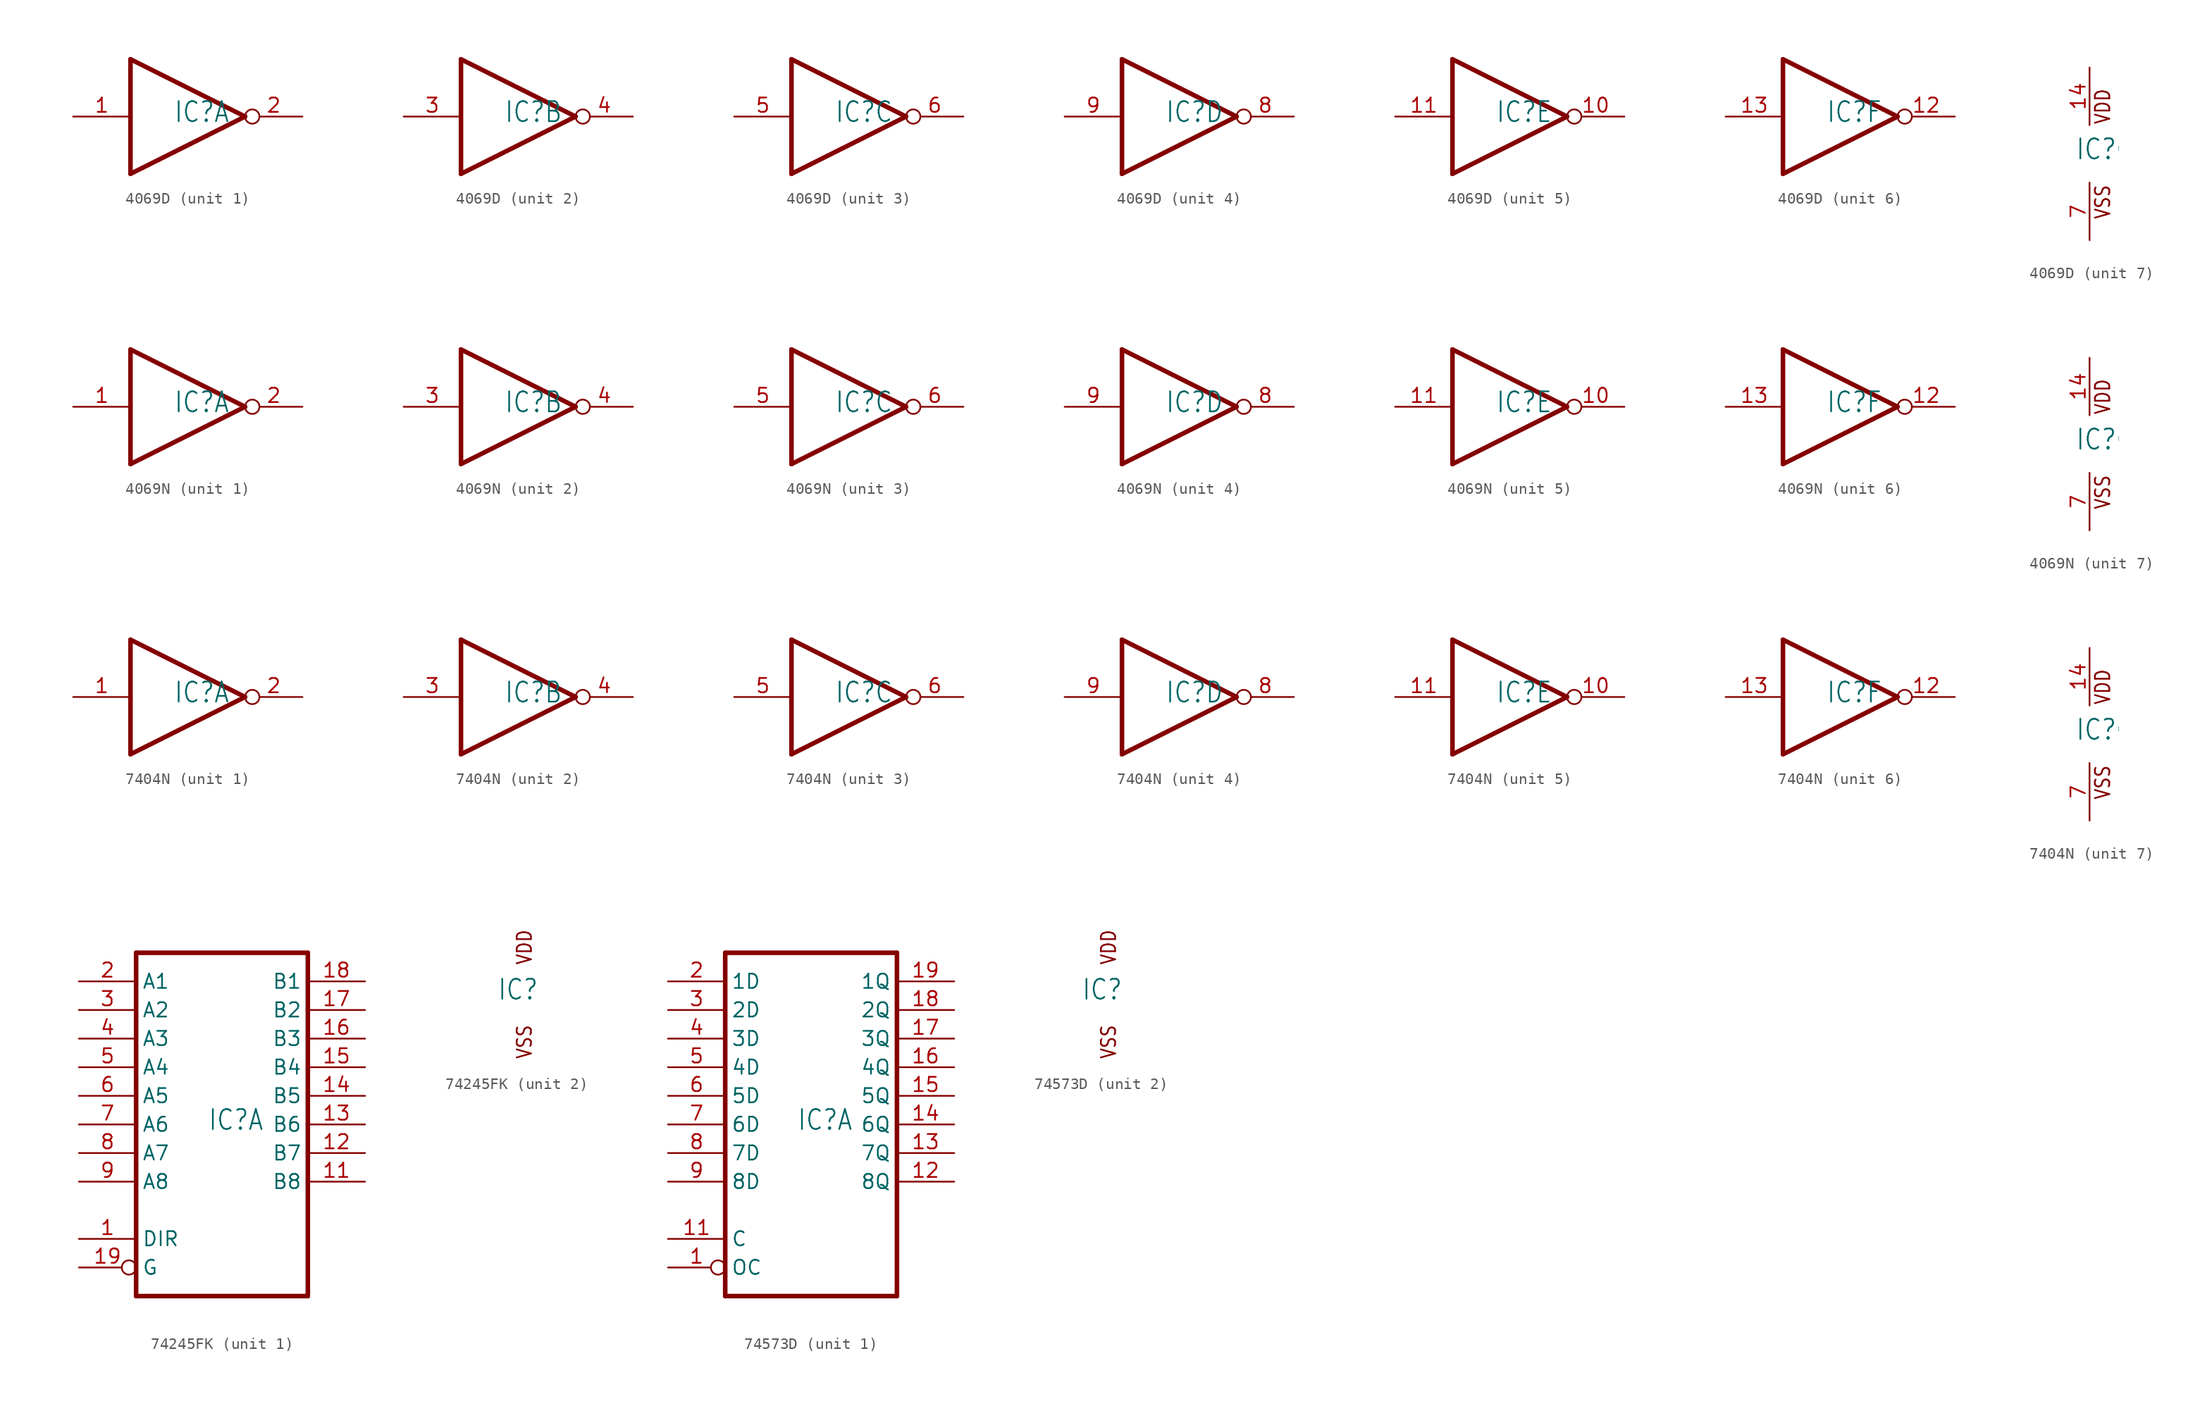
<source format=kicad_sym>
(kicad_symbol_lib
  (version 20220914)
  (generator kicad_symbol_editor)
  (symbol "4069D"
    (property "Reference" "IC"
      (at -1.27 -0.635 0)
      (effects (font (size 1.778 1.511)) (justify left bottom)))
    (property "ki_locked" ""
      (at 0 0 0)
      (effects (font (size 1.27 1.27))))
    (symbol "4069D_1_0"
      (polyline (pts (xy -5.08 -5.08) (xy 5.08 0)) (stroke (width 0.406) (type solid)) (fill (type none)))
      (polyline (pts (xy -5.08 5.08) (xy -5.08 -5.08)) (stroke (width 0.406) (type solid)) (fill (type none)))
      (polyline (pts (xy 5.08 0) (xy -5.08 5.08)) (stroke (width 0.406) (type solid)) (fill (type none)))
      (pin input line (at -10.16 0 0) (length 5.08) (name "I" (effects (font (size 0 0)))) (number "1" (effects (font (size 1.27 1.27)))))
      (pin output inverted (at 10.16 0 180) (length 5.08) (name "O" (effects (font (size 0 0)))) (number "2" (effects (font (size 1.27 1.27))))))
    (symbol "4069D_2_0"
      (polyline (pts (xy -5.08 -5.08) (xy 5.08 0)) (stroke (width 0.406) (type solid)) (fill (type none)))
      (polyline (pts (xy -5.08 5.08) (xy -5.08 -5.08)) (stroke (width 0.406) (type solid)) (fill (type none)))
      (polyline (pts (xy 5.08 0) (xy -5.08 5.08)) (stroke (width 0.406) (type solid)) (fill (type none)))
      (pin input line (at -10.16 0 0) (length 5.08) (name "I" (effects (font (size 0 0)))) (number "3" (effects (font (size 1.27 1.27)))))
      (pin output inverted (at 10.16 0 180) (length 5.08) (name "O" (effects (font (size 0 0)))) (number "4" (effects (font (size 1.27 1.27))))))
    (symbol "4069D_3_0"
      (polyline (pts (xy -5.08 -5.08) (xy 5.08 0)) (stroke (width 0.406) (type solid)) (fill (type none)))
      (polyline (pts (xy -5.08 5.08) (xy -5.08 -5.08)) (stroke (width 0.406) (type solid)) (fill (type none)))
      (polyline (pts (xy 5.08 0) (xy -5.08 5.08)) (stroke (width 0.406) (type solid)) (fill (type none)))
      (pin input line (at -10.16 0 0) (length 5.08) (name "I" (effects (font (size 0 0)))) (number "5" (effects (font (size 1.27 1.27)))))
      (pin output inverted (at 10.16 0 180) (length 5.08) (name "O" (effects (font (size 0 0)))) (number "6" (effects (font (size 1.27 1.27))))))
    (symbol "4069D_4_0"
      (polyline (pts (xy -5.08 -5.08) (xy 5.08 0)) (stroke (width 0.406) (type solid)) (fill (type none)))
      (polyline (pts (xy -5.08 5.08) (xy -5.08 -5.08)) (stroke (width 0.406) (type solid)) (fill (type none)))
      (polyline (pts (xy 5.08 0) (xy -5.08 5.08)) (stroke (width 0.406) (type solid)) (fill (type none)))
      (pin output inverted (at 10.16 0 180) (length 5.08) (name "O" (effects (font (size 0 0)))) (number "8" (effects (font (size 1.27 1.27)))))
      (pin input line (at -10.16 0 0) (length 5.08) (name "I" (effects (font (size 0 0)))) (number "9" (effects (font (size 1.27 1.27))))))
    (symbol "4069D_5_0"
      (polyline (pts (xy -5.08 -5.08) (xy 5.08 0)) (stroke (width 0.406) (type solid)) (fill (type none)))
      (polyline (pts (xy -5.08 5.08) (xy -5.08 -5.08)) (stroke (width 0.406) (type solid)) (fill (type none)))
      (polyline (pts (xy 5.08 0) (xy -5.08 5.08)) (stroke (width 0.406) (type solid)) (fill (type none)))
      (pin output inverted (at 10.16 0 180) (length 5.08) (name "O" (effects (font (size 0 0)))) (number "10" (effects (font (size 1.27 1.27)))))
      (pin input line (at -10.16 0 0) (length 5.08) (name "I" (effects (font (size 0 0)))) (number "11" (effects (font (size 1.27 1.27))))))
    (symbol "4069D_6_0"
      (polyline (pts (xy -5.08 -5.08) (xy 5.08 0)) (stroke (width 0.406) (type solid)) (fill (type none)))
      (polyline (pts (xy -5.08 5.08) (xy -5.08 -5.08)) (stroke (width 0.406) (type solid)) (fill (type none)))
      (polyline (pts (xy 5.08 0) (xy -5.08 5.08)) (stroke (width 0.406) (type solid)) (fill (type none)))
      (pin output inverted (at 10.16 0 180) (length 5.08) (name "O" (effects (font (size 0 0)))) (number "12" (effects (font (size 1.27 1.27)))))
      (pin input line (at -10.16 0 0) (length 5.08) (name "I" (effects (font (size 0 0)))) (number "13" (effects (font (size 1.27 1.27))))))
    (symbol "4069D_7_0"
      (text "VDD" (at 1.905 2.54 900) (effects (font (size 1.27 1.079)) (justify left bottom)))
      (text "VSS" (at 1.905 -5.842 900) (effects (font (size 1.27 1.079)) (justify left bottom)))
      (pin power_in line (at 0 7.62 270) (length 5.08) (name "VDD" (effects (font (size 0 0)))) (number "14" (effects (font (size 1.27 1.27)))))
      (pin power_in line (at 0 -7.62 90) (length 5.08) (name "VSS" (effects (font (size 0 0)))) (number "7" (effects (font (size 1.27 1.27)))))))
  (symbol "4069N"
    (property "Reference" "IC"
      (at -1.27 -0.635 0)
      (effects (font (size 1.778 1.511)) (justify left bottom)))
    (property "ki_locked" ""
      (at 0 0 0)
      (effects (font (size 1.27 1.27))))
    (symbol "4069N_1_0"
      (polyline (pts (xy -5.08 -5.08) (xy 5.08 0)) (stroke (width 0.406) (type solid)) (fill (type none)))
      (polyline (pts (xy -5.08 5.08) (xy -5.08 -5.08)) (stroke (width 0.406) (type solid)) (fill (type none)))
      (polyline (pts (xy 5.08 0) (xy -5.08 5.08)) (stroke (width 0.406) (type solid)) (fill (type none)))
      (pin input line (at -10.16 0 0) (length 5.08) (name "I" (effects (font (size 0 0)))) (number "1" (effects (font (size 1.27 1.27)))))
      (pin output inverted (at 10.16 0 180) (length 5.08) (name "O" (effects (font (size 0 0)))) (number "2" (effects (font (size 1.27 1.27))))))
    (symbol "4069N_2_0"
      (polyline (pts (xy -5.08 -5.08) (xy 5.08 0)) (stroke (width 0.406) (type solid)) (fill (type none)))
      (polyline (pts (xy -5.08 5.08) (xy -5.08 -5.08)) (stroke (width 0.406) (type solid)) (fill (type none)))
      (polyline (pts (xy 5.08 0) (xy -5.08 5.08)) (stroke (width 0.406) (type solid)) (fill (type none)))
      (pin input line (at -10.16 0 0) (length 5.08) (name "I" (effects (font (size 0 0)))) (number "3" (effects (font (size 1.27 1.27)))))
      (pin output inverted (at 10.16 0 180) (length 5.08) (name "O" (effects (font (size 0 0)))) (number "4" (effects (font (size 1.27 1.27))))))
    (symbol "4069N_3_0"
      (polyline (pts (xy -5.08 -5.08) (xy 5.08 0)) (stroke (width 0.406) (type solid)) (fill (type none)))
      (polyline (pts (xy -5.08 5.08) (xy -5.08 -5.08)) (stroke (width 0.406) (type solid)) (fill (type none)))
      (polyline (pts (xy 5.08 0) (xy -5.08 5.08)) (stroke (width 0.406) (type solid)) (fill (type none)))
      (pin input line (at -10.16 0 0) (length 5.08) (name "I" (effects (font (size 0 0)))) (number "5" (effects (font (size 1.27 1.27)))))
      (pin output inverted (at 10.16 0 180) (length 5.08) (name "O" (effects (font (size 0 0)))) (number "6" (effects (font (size 1.27 1.27))))))
    (symbol "4069N_4_0"
      (polyline (pts (xy -5.08 -5.08) (xy 5.08 0)) (stroke (width 0.406) (type solid)) (fill (type none)))
      (polyline (pts (xy -5.08 5.08) (xy -5.08 -5.08)) (stroke (width 0.406) (type solid)) (fill (type none)))
      (polyline (pts (xy 5.08 0) (xy -5.08 5.08)) (stroke (width 0.406) (type solid)) (fill (type none)))
      (pin output inverted (at 10.16 0 180) (length 5.08) (name "O" (effects (font (size 0 0)))) (number "8" (effects (font (size 1.27 1.27)))))
      (pin input line (at -10.16 0 0) (length 5.08) (name "I" (effects (font (size 0 0)))) (number "9" (effects (font (size 1.27 1.27))))))
    (symbol "4069N_5_0"
      (polyline (pts (xy -5.08 -5.08) (xy 5.08 0)) (stroke (width 0.406) (type solid)) (fill (type none)))
      (polyline (pts (xy -5.08 5.08) (xy -5.08 -5.08)) (stroke (width 0.406) (type solid)) (fill (type none)))
      (polyline (pts (xy 5.08 0) (xy -5.08 5.08)) (stroke (width 0.406) (type solid)) (fill (type none)))
      (pin output inverted (at 10.16 0 180) (length 5.08) (name "O" (effects (font (size 0 0)))) (number "10" (effects (font (size 1.27 1.27)))))
      (pin input line (at -10.16 0 0) (length 5.08) (name "I" (effects (font (size 0 0)))) (number "11" (effects (font (size 1.27 1.27))))))
    (symbol "4069N_6_0"
      (polyline (pts (xy -5.08 -5.08) (xy 5.08 0)) (stroke (width 0.406) (type solid)) (fill (type none)))
      (polyline (pts (xy -5.08 5.08) (xy -5.08 -5.08)) (stroke (width 0.406) (type solid)) (fill (type none)))
      (polyline (pts (xy 5.08 0) (xy -5.08 5.08)) (stroke (width 0.406) (type solid)) (fill (type none)))
      (pin output inverted (at 10.16 0 180) (length 5.08) (name "O" (effects (font (size 0 0)))) (number "12" (effects (font (size 1.27 1.27)))))
      (pin input line (at -10.16 0 0) (length 5.08) (name "I" (effects (font (size 0 0)))) (number "13" (effects (font (size 1.27 1.27))))))
    (symbol "4069N_7_0"
      (text "VDD" (at 1.905 2.54 900) (effects (font (size 1.27 1.079)) (justify left bottom)))
      (text "VSS" (at 1.905 -5.842 900) (effects (font (size 1.27 1.079)) (justify left bottom)))
      (pin power_in line (at 0 7.62 270) (length 5.08) (name "VDD" (effects (font (size 0 0)))) (number "14" (effects (font (size 1.27 1.27)))))
      (pin power_in line (at 0 -7.62 90) (length 5.08) (name "VSS" (effects (font (size 0 0)))) (number "7" (effects (font (size 1.27 1.27)))))))
  (symbol "7404N"
    (property "Reference" "IC"
      (at -1.27 -0.635 0)
      (effects (font (size 1.778 1.511)) (justify left bottom)))
    (property "ki_locked" ""
      (at 0 0 0)
      (effects (font (size 1.27 1.27))))
    (symbol "7404N_1_0"
      (polyline (pts (xy -5.08 -5.08) (xy -5.08 5.08)) (stroke (width 0.406) (type solid)) (fill (type none)))
      (polyline (pts (xy -5.08 5.08) (xy 5.08 0)) (stroke (width 0.406) (type solid)) (fill (type none)))
      (polyline (pts (xy 5.08 0) (xy -5.08 -5.08)) (stroke (width 0.406) (type solid)) (fill (type none)))
      (pin input line (at -10.16 0 0) (length 5.08) (name "I" (effects (font (size 0 0)))) (number "1" (effects (font (size 1.27 1.27)))))
      (pin output inverted (at 10.16 0 180) (length 5.08) (name "O" (effects (font (size 0 0)))) (number "2" (effects (font (size 1.27 1.27))))))
    (symbol "7404N_2_0"
      (polyline (pts (xy -5.08 -5.08) (xy -5.08 5.08)) (stroke (width 0.406) (type solid)) (fill (type none)))
      (polyline (pts (xy -5.08 5.08) (xy 5.08 0)) (stroke (width 0.406) (type solid)) (fill (type none)))
      (polyline (pts (xy 5.08 0) (xy -5.08 -5.08)) (stroke (width 0.406) (type solid)) (fill (type none)))
      (pin input line (at -10.16 0 0) (length 5.08) (name "I" (effects (font (size 0 0)))) (number "3" (effects (font (size 1.27 1.27)))))
      (pin output inverted (at 10.16 0 180) (length 5.08) (name "O" (effects (font (size 0 0)))) (number "4" (effects (font (size 1.27 1.27))))))
    (symbol "7404N_3_0"
      (polyline (pts (xy -5.08 -5.08) (xy -5.08 5.08)) (stroke (width 0.406) (type solid)) (fill (type none)))
      (polyline (pts (xy -5.08 5.08) (xy 5.08 0)) (stroke (width 0.406) (type solid)) (fill (type none)))
      (polyline (pts (xy 5.08 0) (xy -5.08 -5.08)) (stroke (width 0.406) (type solid)) (fill (type none)))
      (pin input line (at -10.16 0 0) (length 5.08) (name "I" (effects (font (size 0 0)))) (number "5" (effects (font (size 1.27 1.27)))))
      (pin output inverted (at 10.16 0 180) (length 5.08) (name "O" (effects (font (size 0 0)))) (number "6" (effects (font (size 1.27 1.27))))))
    (symbol "7404N_4_0"
      (polyline (pts (xy -5.08 -5.08) (xy -5.08 5.08)) (stroke (width 0.406) (type solid)) (fill (type none)))
      (polyline (pts (xy -5.08 5.08) (xy 5.08 0)) (stroke (width 0.406) (type solid)) (fill (type none)))
      (polyline (pts (xy 5.08 0) (xy -5.08 -5.08)) (stroke (width 0.406) (type solid)) (fill (type none)))
      (pin output inverted (at 10.16 0 180) (length 5.08) (name "O" (effects (font (size 0 0)))) (number "8" (effects (font (size 1.27 1.27)))))
      (pin input line (at -10.16 0 0) (length 5.08) (name "I" (effects (font (size 0 0)))) (number "9" (effects (font (size 1.27 1.27))))))
    (symbol "7404N_5_0"
      (polyline (pts (xy -5.08 -5.08) (xy -5.08 5.08)) (stroke (width 0.406) (type solid)) (fill (type none)))
      (polyline (pts (xy -5.08 5.08) (xy 5.08 0)) (stroke (width 0.406) (type solid)) (fill (type none)))
      (polyline (pts (xy 5.08 0) (xy -5.08 -5.08)) (stroke (width 0.406) (type solid)) (fill (type none)))
      (pin output inverted (at 10.16 0 180) (length 5.08) (name "O" (effects (font (size 0 0)))) (number "10" (effects (font (size 1.27 1.27)))))
      (pin input line (at -10.16 0 0) (length 5.08) (name "I" (effects (font (size 0 0)))) (number "11" (effects (font (size 1.27 1.27))))))
    (symbol "7404N_6_0"
      (polyline (pts (xy -5.08 -5.08) (xy -5.08 5.08)) (stroke (width 0.406) (type solid)) (fill (type none)))
      (polyline (pts (xy -5.08 5.08) (xy 5.08 0)) (stroke (width 0.406) (type solid)) (fill (type none)))
      (polyline (pts (xy 5.08 0) (xy -5.08 -5.08)) (stroke (width 0.406) (type solid)) (fill (type none)))
      (pin output inverted (at 10.16 0 180) (length 5.08) (name "O" (effects (font (size 0 0)))) (number "12" (effects (font (size 1.27 1.27)))))
      (pin input line (at -10.16 0 0) (length 5.08) (name "I" (effects (font (size 0 0)))) (number "13" (effects (font (size 1.27 1.27))))))
    (symbol "7404N_7_0"
      (text "VDD" (at 1.905 2.54 900) (effects (font (size 1.27 1.079)) (justify left bottom)))
      (text "VSS" (at 1.905 -5.842 900) (effects (font (size 1.27 1.079)) (justify left bottom)))
      (pin power_in line (at 0 7.62 270) (length 5.08) (name "VDD" (effects (font (size 0 0)))) (number "14" (effects (font (size 1.27 1.27)))))
      (pin power_in line (at 0 -7.62 90) (length 5.08) (name "VSS" (effects (font (size 0 0)))) (number "7" (effects (font (size 1.27 1.27)))))))
  (symbol "74245FK"
    (property "Reference" "IC"
      (at -1.27 -0.635 0)
      (effects (font (size 1.778 1.511)) (justify left bottom)))
    (property "ki_locked" ""
      (at 0 0 0)
      (effects (font (size 1.27 1.27))))
    (symbol "74245FK_1_0"
      (polyline (pts (xy -7.62 -15.24) (xy 7.62 -15.24)) (stroke (width 0.406) (type solid)) (fill (type none)))
      (polyline (pts (xy -7.62 15.24) (xy -7.62 -15.24)) (stroke (width 0.406) (type solid)) (fill (type none)))
      (polyline (pts (xy 7.62 -15.24) (xy 7.62 15.24)) (stroke (width 0.406) (type solid)) (fill (type none)))
      (polyline (pts (xy 7.62 15.24) (xy -7.62 15.24)) (stroke (width 0.406) (type solid)) (fill (type none)))
      (pin input line (at -12.7 -10.16 0) (length 5.08) (name "DIR" (effects (font (size 1.27 1.27)))) (number "1" (effects (font (size 1.27 1.27)))))
      (pin bidirectional line (at 12.7 -5.08 180) (length 5.08) (name "B8" (effects (font (size 1.27 1.27)))) (number "11" (effects (font (size 1.27 1.27)))))
      (pin bidirectional line (at 12.7 -2.54 180) (length 5.08) (name "B7" (effects (font (size 1.27 1.27)))) (number "12" (effects (font (size 1.27 1.27)))))
      (pin bidirectional line (at 12.7 0 180) (length 5.08) (name "B6" (effects (font (size 1.27 1.27)))) (number "13" (effects (font (size 1.27 1.27)))))
      (pin bidirectional line (at 12.7 2.54 180) (length 5.08) (name "B5" (effects (font (size 1.27 1.27)))) (number "14" (effects (font (size 1.27 1.27)))))
      (pin bidirectional line (at 12.7 5.08 180) (length 5.08) (name "B4" (effects (font (size 1.27 1.27)))) (number "15" (effects (font (size 1.27 1.27)))))
      (pin bidirectional line (at 12.7 7.62 180) (length 5.08) (name "B3" (effects (font (size 1.27 1.27)))) (number "16" (effects (font (size 1.27 1.27)))))
      (pin bidirectional line (at 12.7 10.16 180) (length 5.08) (name "B2" (effects (font (size 1.27 1.27)))) (number "17" (effects (font (size 1.27 1.27)))))
      (pin bidirectional line (at 12.7 12.7 180) (length 5.08) (name "B1" (effects (font (size 1.27 1.27)))) (number "18" (effects (font (size 1.27 1.27)))))
      (pin input inverted (at -12.7 -12.7 0) (length 5.08) (name "G" (effects (font (size 1.27 1.27)))) (number "19" (effects (font (size 1.27 1.27)))))
      (pin bidirectional line (at -12.7 12.7 0) (length 5.08) (name "A1" (effects (font (size 1.27 1.27)))) (number "2" (effects (font (size 1.27 1.27)))))
      (pin bidirectional line (at -12.7 10.16 0) (length 5.08) (name "A2" (effects (font (size 1.27 1.27)))) (number "3" (effects (font (size 1.27 1.27)))))
      (pin bidirectional line (at -12.7 7.62 0) (length 5.08) (name "A3" (effects (font (size 1.27 1.27)))) (number "4" (effects (font (size 1.27 1.27)))))
      (pin bidirectional line (at -12.7 5.08 0) (length 5.08) (name "A4" (effects (font (size 1.27 1.27)))) (number "5" (effects (font (size 1.27 1.27)))))
      (pin bidirectional line (at -12.7 2.54 0) (length 5.08) (name "A5" (effects (font (size 1.27 1.27)))) (number "6" (effects (font (size 1.27 1.27)))))
      (pin bidirectional line (at -12.7 0 0) (length 5.08) (name "A6" (effects (font (size 1.27 1.27)))) (number "7" (effects (font (size 1.27 1.27)))))
      (pin bidirectional line (at -12.7 -2.54 0) (length 5.08) (name "A7" (effects (font (size 1.27 1.27)))) (number "8" (effects (font (size 1.27 1.27)))))
      (pin bidirectional line (at -12.7 -5.08 0) (length 5.08) (name "A8" (effects (font (size 1.27 1.27)))) (number "9" (effects (font (size 1.27 1.27))))))
    (symbol "74245FK_2_0"
      (text "VDD" (at 1.905 2.54 900) (effects (font (size 1.27 1.079)) (justify left bottom)))
      (text "VSS" (at 1.905 -5.842 900) (effects (font (size 1.27 1.079)) (justify left bottom)))))
  (symbol "74573D"
    (property "Reference" "IC"
      (at -1.27 -0.635 0)
      (effects (font (size 1.778 1.511)) (justify left bottom)))
    (property "ki_locked" ""
      (at 0 0 0)
      (effects (font (size 1.27 1.27))))
    (symbol "74573D_1_0"
      (polyline (pts (xy -7.62 -15.24) (xy 7.62 -15.24)) (stroke (width 0.406) (type solid)) (fill (type none)))
      (polyline (pts (xy -7.62 15.24) (xy -7.62 -15.24)) (stroke (width 0.406) (type solid)) (fill (type none)))
      (polyline (pts (xy 7.62 -15.24) (xy 7.62 15.24)) (stroke (width 0.406) (type solid)) (fill (type none)))
      (polyline (pts (xy 7.62 15.24) (xy -7.62 15.24)) (stroke (width 0.406) (type solid)) (fill (type none)))
      (pin input inverted (at -12.7 -12.7 0) (length 5.08) (name "OC" (effects (font (size 1.27 1.27)))) (number "1" (effects (font (size 1.27 1.27)))))
      (pin input line (at -12.7 -10.16 0) (length 5.08) (name "C" (effects (font (size 1.27 1.27)))) (number "11" (effects (font (size 1.27 1.27)))))
      (pin tri_state line (at 12.7 -5.08 180) (length 5.08) (name "8Q" (effects (font (size 1.27 1.27)))) (number "12" (effects (font (size 1.27 1.27)))))
      (pin tri_state line (at 12.7 -2.54 180) (length 5.08) (name "7Q" (effects (font (size 1.27 1.27)))) (number "13" (effects (font (size 1.27 1.27)))))
      (pin tri_state line (at 12.7 0 180) (length 5.08) (name "6Q" (effects (font (size 1.27 1.27)))) (number "14" (effects (font (size 1.27 1.27)))))
      (pin tri_state line (at 12.7 2.54 180) (length 5.08) (name "5Q" (effects (font (size 1.27 1.27)))) (number "15" (effects (font (size 1.27 1.27)))))
      (pin tri_state line (at 12.7 5.08 180) (length 5.08) (name "4Q" (effects (font (size 1.27 1.27)))) (number "16" (effects (font (size 1.27 1.27)))))
      (pin tri_state line (at 12.7 7.62 180) (length 5.08) (name "3Q" (effects (font (size 1.27 1.27)))) (number "17" (effects (font (size 1.27 1.27)))))
      (pin tri_state line (at 12.7 10.16 180) (length 5.08) (name "2Q" (effects (font (size 1.27 1.27)))) (number "18" (effects (font (size 1.27 1.27)))))
      (pin tri_state line (at 12.7 12.7 180) (length 5.08) (name "1Q" (effects (font (size 1.27 1.27)))) (number "19" (effects (font (size 1.27 1.27)))))
      (pin input line (at -12.7 12.7 0) (length 5.08) (name "1D" (effects (font (size 1.27 1.27)))) (number "2" (effects (font (size 1.27 1.27)))))
      (pin input line (at -12.7 10.16 0) (length 5.08) (name "2D" (effects (font (size 1.27 1.27)))) (number "3" (effects (font (size 1.27 1.27)))))
      (pin input line (at -12.7 7.62 0) (length 5.08) (name "3D" (effects (font (size 1.27 1.27)))) (number "4" (effects (font (size 1.27 1.27)))))
      (pin input line (at -12.7 5.08 0) (length 5.08) (name "4D" (effects (font (size 1.27 1.27)))) (number "5" (effects (font (size 1.27 1.27)))))
      (pin input line (at -12.7 2.54 0) (length 5.08) (name "5D" (effects (font (size 1.27 1.27)))) (number "6" (effects (font (size 1.27 1.27)))))
      (pin input line (at -12.7 0 0) (length 5.08) (name "6D" (effects (font (size 1.27 1.27)))) (number "7" (effects (font (size 1.27 1.27)))))
      (pin input line (at -12.7 -2.54 0) (length 5.08) (name "7D" (effects (font (size 1.27 1.27)))) (number "8" (effects (font (size 1.27 1.27)))))
      (pin input line (at -12.7 -5.08 0) (length 5.08) (name "8D" (effects (font (size 1.27 1.27)))) (number "9" (effects (font (size 1.27 1.27))))))
    (symbol "74573D_2_0"
      (text "VDD" (at 1.905 2.54 900) (effects (font (size 1.27 1.079)) (justify left bottom)))
      (text "VSS" (at 1.905 -5.842 900) (effects (font (size 1.27 1.079)) (justify left bottom))))))
</source>
